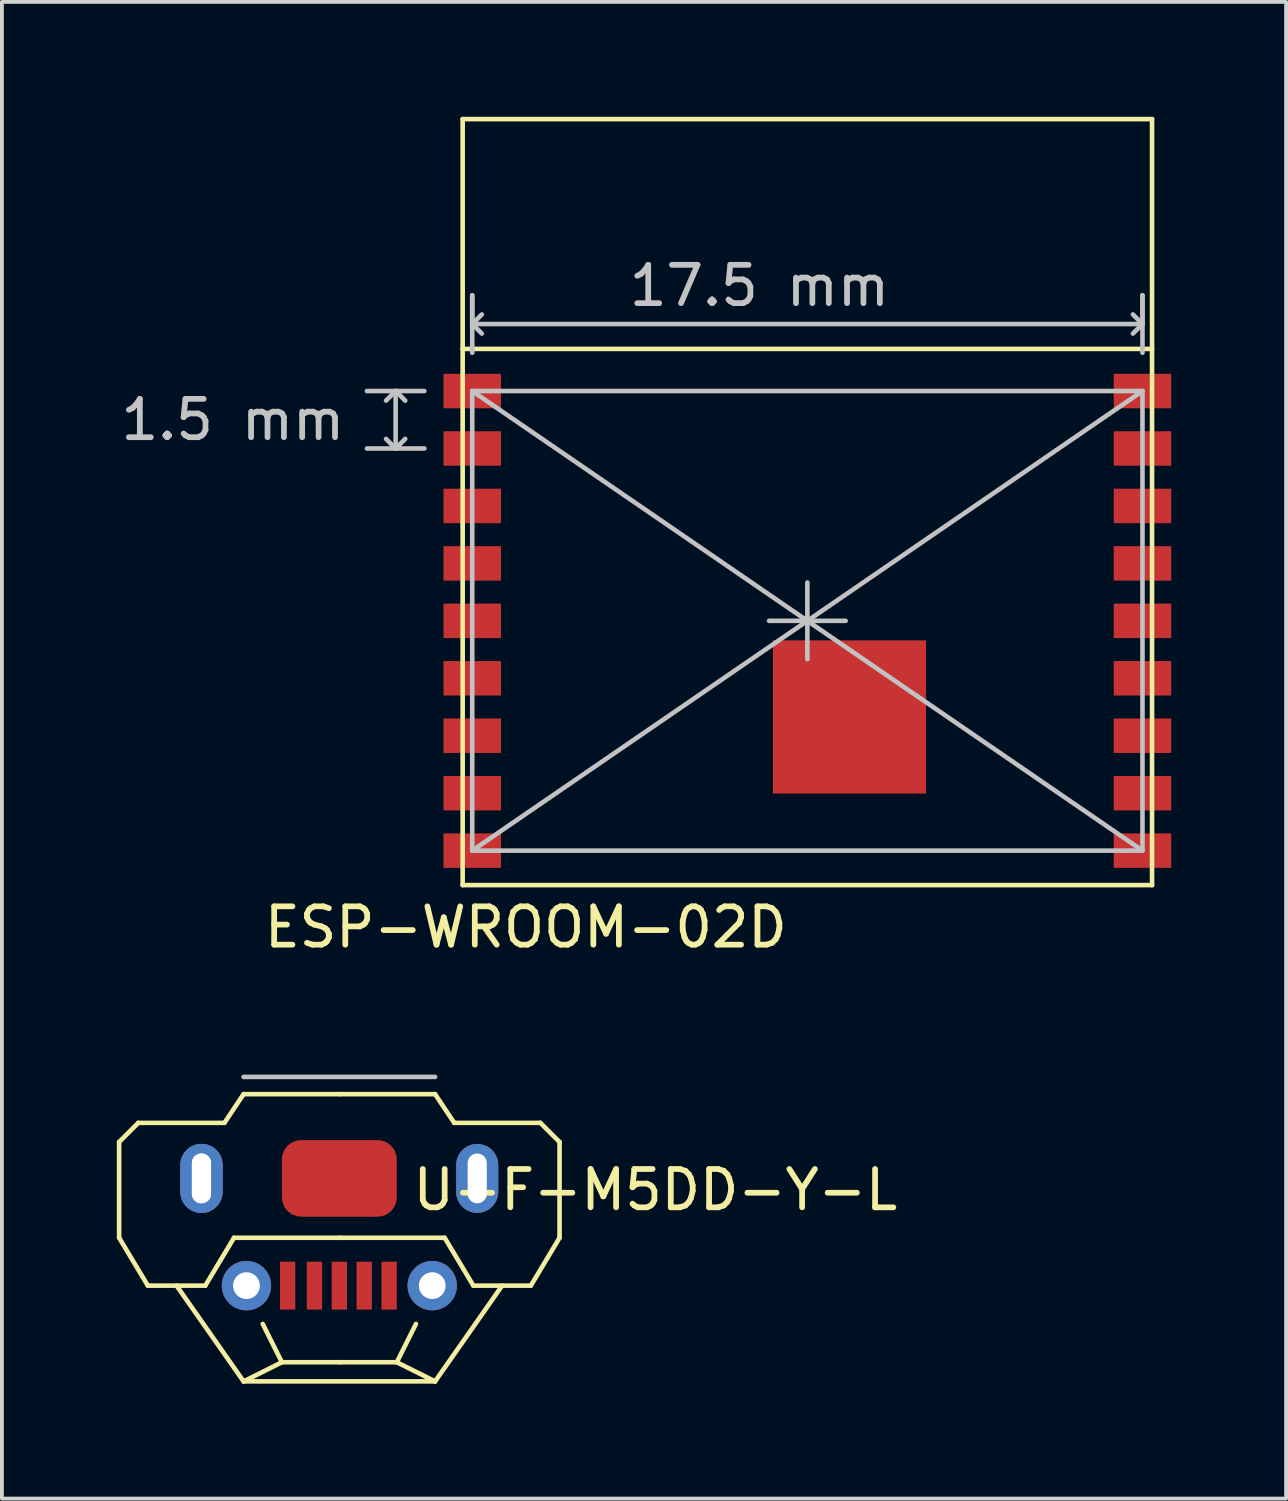
<source format=kicad_pcb>
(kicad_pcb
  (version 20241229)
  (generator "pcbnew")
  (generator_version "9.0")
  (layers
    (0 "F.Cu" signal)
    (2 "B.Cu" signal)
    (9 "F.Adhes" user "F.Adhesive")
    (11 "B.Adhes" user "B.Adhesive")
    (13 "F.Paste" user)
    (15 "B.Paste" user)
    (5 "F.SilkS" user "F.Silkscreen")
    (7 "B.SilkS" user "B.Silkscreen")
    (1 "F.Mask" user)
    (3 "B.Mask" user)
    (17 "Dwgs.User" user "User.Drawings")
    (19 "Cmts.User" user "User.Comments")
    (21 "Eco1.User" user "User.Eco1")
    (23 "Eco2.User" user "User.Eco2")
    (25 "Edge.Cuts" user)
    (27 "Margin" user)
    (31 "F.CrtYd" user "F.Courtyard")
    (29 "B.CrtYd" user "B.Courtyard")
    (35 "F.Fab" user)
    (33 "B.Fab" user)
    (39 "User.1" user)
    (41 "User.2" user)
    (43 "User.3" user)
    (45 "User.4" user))
  (footprint "U-F-M5DD-Y-L"
    (layer "F.Cu")
    (at 5.81 30.518)
    (property "Reference" "U-F-M5DD-Y-L" (at 8.25 -2.5 0) (layer "F.SilkS") (effects (font (size 1 1) (thickness 0.15))))
    (attr through_hole)
    (fp_line (start -5 -1.95) (end -5 -3.65) (stroke (width 0.12) (type solid)) (layer "F.Mask"))
    (fp_line (start -3.6 -3.65) (end -5 -3.65) (stroke (width 0.12) (type solid)) (layer "F.Mask"))
    (fp_line (start -3.6 -1.95) (end -5 -1.95) (stroke (width 0.12) (type solid)) (layer "F.Mask"))
    (fp_line (start 3.6 -3.65) (end 5 -3.65) (stroke (width 0.12) (type solid)) (layer "F.Mask"))
    (fp_line (start 3.6 -1.95) (end 5 -1.95) (stroke (width 0.12) (type solid)) (layer "F.Mask"))
    (fp_line (start 5 -3.65) (end 5 -1.95) (stroke (width 0.12) (type solid)) (layer "F.Mask"))
    (fp_poly (pts (xy -5 -3.65) (xy -3.6 -3.65) (xy -3.6 -1.95) (xy -5 -1.95)) (stroke (width 0.1) (type solid)) (fill yes) (layer "F.Mask"))
    (fp_poly (pts (xy 5 -1.95) (xy 3.6 -1.95) (xy 3.6 -3.65) (xy 5 -3.65)) (stroke (width 0.1) (type solid)) (fill yes) (layer "F.Mask"))
    (fp_line (start -5.75 -3.75) (end -5.75 -1.25) (stroke (width 0.12) (type solid)) (layer "F.SilkS"))
    (fp_line (start -5.75 -1.25) (end -5 0) (stroke (width 0.12) (type solid)) (layer "F.SilkS"))
    (fp_line (start -5.25 -4.25) (end -5.75 -3.75) (stroke (width 0.12) (type solid)) (layer "F.SilkS"))
    (fp_line (start -5 0) (end -3.5 0) (stroke (width 0.12) (type solid)) (layer "F.SilkS"))
    (fp_line (start -4.25 0) (end -2.5 2.5) (stroke (width 0.12) (type solid)) (layer "F.SilkS"))
    (fp_line (start -3.5 0) (end -2.75 -1.25) (stroke (width 0.12) (type solid)) (layer "F.SilkS"))
    (fp_line (start -3 -4.25) (end -5.25 -4.25) (stroke (width 0.12) (type solid)) (layer "F.SilkS"))
    (fp_line (start -2.75 -1.25) (end 0 -1.25) (stroke (width 0.12) (type solid)) (layer "F.SilkS"))
    (fp_line (start -2.5 -5) (end -3 -4.25) (stroke (width 0.12) (type solid)) (layer "F.SilkS"))
    (fp_line (start -2.5 2.5) (end -1.5 2) (stroke (width 0.12) (type solid)) (layer "F.SilkS"))
    (fp_line (start -2.5 2.5) (end 2.5 2.5) (stroke (width 0.12) (type solid)) (layer "F.SilkS"))
    (fp_line (start -1.5 2) (end -2 1) (stroke (width 0.12) (type solid)) (layer "F.SilkS"))
    (fp_line (start -1.5 2) (end 0 2) (stroke (width 0.12) (type solid)) (layer "F.SilkS"))
    (fp_line (start 0 -5) (end -2.5 -5) (stroke (width 0.12) (type solid)) (layer "F.SilkS"))
    (fp_line (start 0 -5) (end 2.5 -5) (stroke (width 0.12) (type solid)) (layer "F.SilkS"))
    (fp_line (start 0 2) (end 1.5 2) (stroke (width 0.12) (type solid)) (layer "F.SilkS"))
    (fp_line (start 1.5 2) (end 2 1) (stroke (width 0.12) (type solid)) (layer "F.SilkS"))
    (fp_line (start 1.5 2) (end 2.5 2.5) (stroke (width 0.12) (type solid)) (layer "F.SilkS"))
    (fp_line (start 2.5 -5) (end 3 -4.25) (stroke (width 0.12) (type solid)) (layer "F.SilkS"))
    (fp_line (start 2.5 2.5) (end 4.25 0) (stroke (width 0.12) (type solid)) (layer "F.SilkS"))
    (fp_line (start 2.75 -1.25) (end 0 -1.25) (stroke (width 0.12) (type solid)) (layer "F.SilkS"))
    (fp_line (start 3 -4.25) (end 5.25 -4.25) (stroke (width 0.12) (type solid)) (layer "F.SilkS"))
    (fp_line (start 3.5 0) (end 2.75 -1.25) (stroke (width 0.12) (type solid)) (layer "F.SilkS"))
    (fp_line (start 5 0) (end 3.5 0) (stroke (width 0.12) (type solid)) (layer "F.SilkS"))
    (fp_line (start 5.25 -4.25) (end 5.75 -3.75) (stroke (width 0.12) (type solid)) (layer "F.SilkS"))
    (fp_line (start 5.75 -3.75) (end 5.75 -1.25) (stroke (width 0.12) (type solid)) (layer "F.SilkS"))
    (fp_line (start 5.75 -1.25) (end 5 0) (stroke (width 0.12) (type solid)) (layer "F.SilkS"))
    (fp_poly (pts (xy -3.9 -1.9) (xy -5.05 -1.9) (xy -5.05 -3.7) (xy -3.9 -3.7)) (stroke (width 0.1) (type solid)) (fill yes) (layer "F.Paste"))
    (fp_poly (pts (xy 3.9 -3.65) (xy 5 -3.65) (xy 5 -1.9) (xy 3.9 -1.9)) (stroke (width 0.1) (type solid)) (fill yes) (layer "F.Paste"))
    (fp_line (start -2.5 -5.45) (end 2.5 -5.45) (stroke (width 0.12) (type solid)) (layer "Dwgs.User"))
    (pad "1" smd rect (at 1.3 0) (size 0.4 1.25) (layers "F.Cu" "F.Mask" "F.Paste"))
    (pad "2" smd rect (at 0.65 0) (size 0.4 1.25) (layers "F.Cu" "F.Mask" "F.Paste"))
    (pad "3" smd rect (at 0 0) (size 0.4 1.25) (layers "F.Cu" "F.Mask" "F.Paste"))
    (pad "4" smd rect (at -0.65 0) (size 0.4 1.25) (layers "F.Cu" "F.Mask" "F.Paste"))
    (pad "5" smd rect (at -1.35 0) (size 0.4 1.25) (layers "F.Cu" "F.Mask" "F.Paste"))
    (pad "6" thru_hole oval (at -3.6 -2.8) (size 1.1 1.8) (drill oval 0.5 1.3) (layers "*.Cu" "*.Mask"))
    (pad "6" thru_hole oval (at -3.6 -2.8) (size 1.1 1.8) (drill oval 0.5 1.3) (layers "*.Cu" "*.Mask"))
    (pad "6" thru_hole circle (at -2.425 0) (size 1.29 1.29) (drill 0.7) (layers "*.Cu" "*.Mask"))
    (pad "6" smd roundrect (at 0 -2.8 180) (size 3 2) (layers "F.Cu" "F.Mask" "F.Paste") (roundrect_rratio 0.25))
    (pad "6" thru_hole circle (at 2.425 0 180) (size 1.29 1.29) (drill 0.7) (layers "*.Cu" "*.Mask"))
    (pad "6" thru_hole oval (at 3.6 -2.8 180) (size 1.1 1.8) (drill oval 0.5 1.3) (layers "*.Cu" "*.Mask")))
  (footprint "ESP-WROOM-02D"
    (layer "F.Cu")
    (at 18.03 13.16)
    (property "Reference" "ESP-WROOM-02D" (at -7.35 8 0) (layer "F.SilkS") (effects (font (size 1 1) (thickness 0.15))))
    (attr through_hole)
    (fp_line (start -9 -13.1) (end -9 6.9) (stroke (width 0.12) (type solid)) (layer "F.SilkS"))
    (fp_line (start -9 -7.1) (end 9 -7.1) (stroke (width 0.12) (type solid)) (layer "F.SilkS"))
    (fp_line (start -9 6.9) (end 9 6.9) (stroke (width 0.12) (type solid)) (layer "F.SilkS"))
    (fp_line (start 9 -13.1) (end -9 -13.1) (stroke (width 0.12) (type solid)) (layer "F.SilkS"))
    (fp_line (start 9 6.9) (end 9 -13.1) (stroke (width 0.12) (type solid)) (layer "F.SilkS"))
    (fp_line (start -10.75 -6) (end -11.5 -6) (stroke (width 0.12) (type solid)) (layer "Dwgs.User"))
    (fp_line (start -10.75 -6) (end -11 -5.75) (stroke (width 0.12) (type solid)) (layer "Dwgs.User"))
    (fp_line (start -10.75 -6) (end -10.75 -4.5) (stroke (width 0.12) (type solid)) (layer "Dwgs.User"))
    (fp_line (start -10.75 -6) (end -10.5 -5.75) (stroke (width 0.12) (type solid)) (layer "Dwgs.User"))
    (fp_line (start -10.75 -4.5) (end -11.5 -4.5) (stroke (width 0.12) (type solid)) (layer "Dwgs.User"))
    (fp_line (start -10.75 -4.5) (end -11 -4.75) (stroke (width 0.12) (type solid)) (layer "Dwgs.User"))
    (fp_line (start -10.75 -4.5) (end -10.5 -4.75) (stroke (width 0.12) (type solid)) (layer "Dwgs.User"))
    (fp_line (start -10.75 -4.5) (end -10 -4.5) (stroke (width 0.12) (type solid)) (layer "Dwgs.User"))
    (fp_line (start -10 -6) (end -10.75 -6) (stroke (width 0.12) (type solid)) (layer "Dwgs.User"))
    (fp_line (start -8.75 -8.5) (end -8.75 -7.75) (stroke (width 0.12) (type solid)) (layer "Dwgs.User"))
    (fp_line (start -8.75 -7.75) (end -8.75 -8.5) (stroke (width 0.12) (type solid)) (layer "Dwgs.User"))
    (fp_line (start -8.75 -7.75) (end -8.5 -8) (stroke (width 0.12) (type solid)) (layer "Dwgs.User"))
    (fp_line (start -8.75 -7.75) (end -8.5 -7.5) (stroke (width 0.12) (type solid)) (layer "Dwgs.User"))
    (fp_line (start -8.75 -7.75) (end 8.75 -7.75) (stroke (width 0.12) (type solid)) (layer "Dwgs.User"))
    (fp_line (start -8.75 -7) (end -8.75 -7.75) (stroke (width 0.12) (type solid)) (layer "Dwgs.User"))
    (fp_line (start -8.75 -6) (end 8.75 -6) (stroke (width 0.12) (type solid)) (layer "Dwgs.User"))
    (fp_line (start -8.75 -6) (end 8.75 6) (stroke (width 0.12) (type solid)) (layer "Dwgs.User"))
    (fp_line (start -8.75 6) (end -8.75 -6) (stroke (width 0.12) (type solid)) (layer "Dwgs.User"))
    (fp_line (start -8.75 6) (end 8.75 6) (stroke (width 0.12) (type solid)) (layer "Dwgs.User"))
    (fp_line (start -1 0) (end 1 0) (stroke (width 0.12) (type solid)) (layer "Dwgs.User"))
    (fp_line (start 0 -1) (end 0 1) (stroke (width 0.12) (type solid)) (layer "Dwgs.User"))
    (fp_line (start 8.75 -8.5) (end 8.75 -7.75) (stroke (width 0.12) (type solid)) (layer "Dwgs.User"))
    (fp_line (start 8.75 -7.75) (end 8.5 -8) (stroke (width 0.12) (type solid)) (layer "Dwgs.User"))
    (fp_line (start 8.75 -7.75) (end 8.5 -7.5) (stroke (width 0.12) (type solid)) (layer "Dwgs.User"))
    (fp_line (start 8.75 -7.75) (end 8.75 -8.5) (stroke (width 0.12) (type solid)) (layer "Dwgs.User"))
    (fp_line (start 8.75 -7.75) (end 8.75 -7) (stroke (width 0.12) (type solid)) (layer "Dwgs.User"))
    (fp_line (start 8.75 -6) (end -8.75 6) (stroke (width 0.12) (type solid)) (layer "Dwgs.User"))
    (fp_line (start 8.75 6) (end 8.75 -6) (stroke (width 0.12) (type solid)) (layer "Dwgs.User"))
    (fp_text user "17.5 mm" (at -1.25 -8.75 0) (layer "Dwgs.User") (effects (font (size 1 1) (thickness 0.15))))
    (fp_text user "1.5 mm" (at -15 -5.25 0) (layer "Dwgs.User") (effects (font (size 1 1) (thickness 0.15))))
    (pad "1" smd rect (at -8.75 -6) (size 1.5 0.9) (layers "F.Cu" "F.Mask" "F.Paste"))
    (pad "2" smd rect (at -8.75 -4.5) (size 1.5 0.9) (layers "F.Cu" "F.Mask" "F.Paste"))
    (pad "3" smd rect (at -8.75 -3) (size 1.5 0.9) (layers "F.Cu" "F.Mask" "F.Paste"))
    (pad "4" smd rect (at -8.75 -1.5) (size 1.5 0.9) (layers "F.Cu" "F.Mask" "F.Paste"))
    (pad "5" smd rect (at -8.75 0) (size 1.5 0.9) (layers "F.Cu" "F.Mask" "F.Paste"))
    (pad "6" smd rect (at -8.75 1.5) (size 1.5 0.9) (layers "F.Cu" "F.Mask" "F.Paste"))
    (pad "7" smd rect (at -8.75 3) (size 1.5 0.9) (layers "F.Cu" "F.Mask" "F.Paste"))
    (pad "8" smd rect (at -8.75 4.5) (size 1.5 0.9) (layers "F.Cu" "F.Mask" "F.Paste"))
    (pad "9" smd rect (at -8.75 6) (size 1.5 0.9) (layers "F.Cu" "F.Mask" "F.Paste"))
    (pad "10" smd rect (at 8.75 6) (size 1.5 0.9) (layers "F.Cu" "F.Mask" "F.Paste"))
    (pad "11" smd rect (at 8.75 4.5) (size 1.5 0.9) (layers "F.Cu" "F.Mask" "F.Paste"))
    (pad "12" smd rect (at 8.75 3) (size 1.5 0.9) (layers "F.Cu" "F.Mask" "F.Paste"))
    (pad "13" smd rect (at 8.75 1.5) (size 1.5 0.9) (layers "F.Cu" "F.Mask" "F.Paste"))
    (pad "14" smd rect (at 8.75 0) (size 1.5 0.9) (layers "F.Cu" "F.Mask" "F.Paste"))
    (pad "15" smd rect (at 8.75 -1.5) (size 1.5 0.9) (layers "F.Cu" "F.Mask" "F.Paste"))
    (pad "16" smd rect (at 8.75 -3) (size 1.5 0.9) (layers "F.Cu" "F.Mask" "F.Paste"))
    (pad "17" smd rect (at 8.75 -4.5) (size 1.5 0.9) (layers "F.Cu" "F.Mask" "F.Paste"))
    (pad "18" smd rect (at 8.75 -6) (size 1.5 0.9) (layers "F.Cu" "F.Mask" "F.Paste"))
    (pad "19" smd rect (at 1.1 2.51) (size 4 4) (layers "F.Cu" "F.Mask")))
  (gr_rect
    (start -3 -3)
    (end 30.53 36.078)
    (stroke (width 0.1) (type default))
    (fill no)
    (layer "Edge.Cuts")))
</source>
